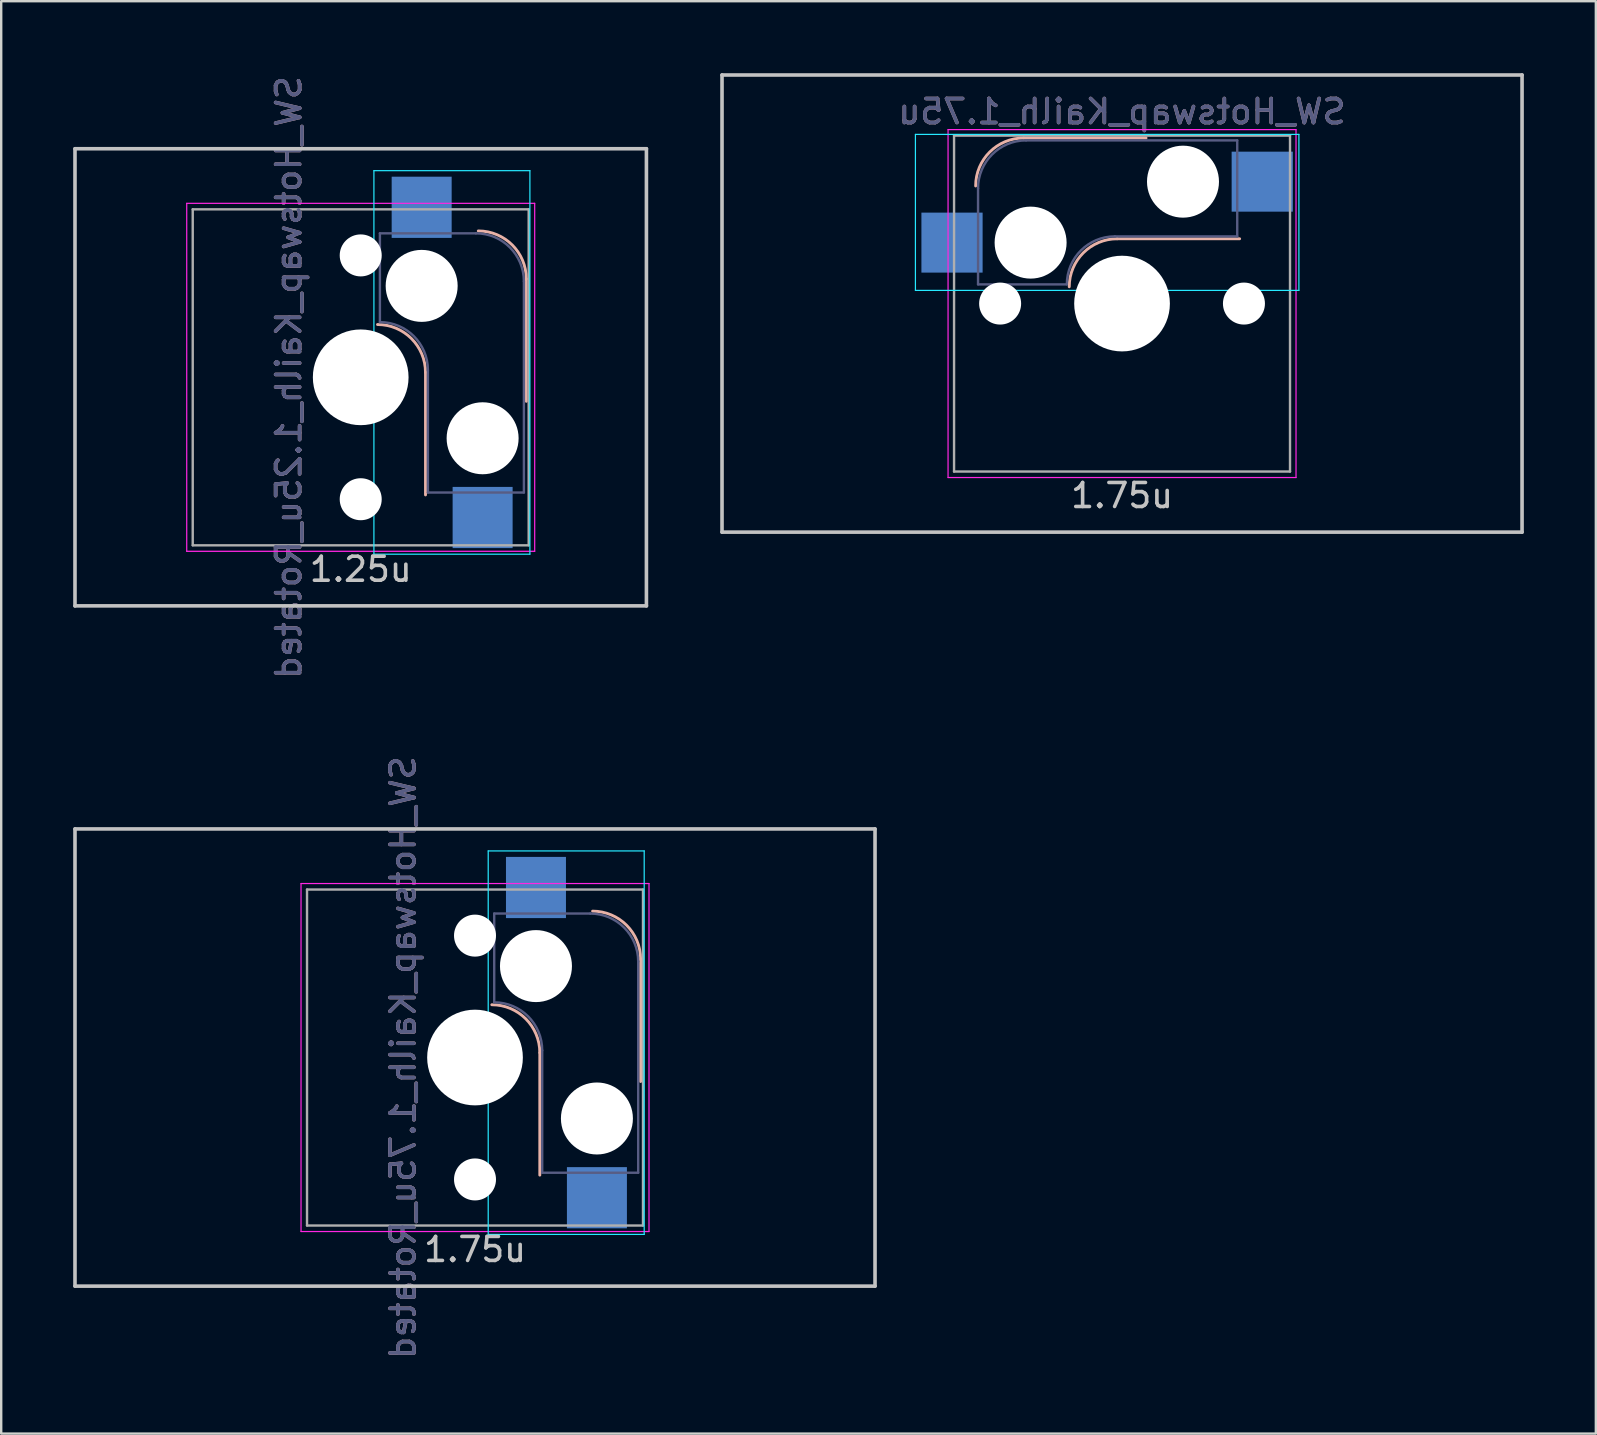
<source format=kicad_pcb>
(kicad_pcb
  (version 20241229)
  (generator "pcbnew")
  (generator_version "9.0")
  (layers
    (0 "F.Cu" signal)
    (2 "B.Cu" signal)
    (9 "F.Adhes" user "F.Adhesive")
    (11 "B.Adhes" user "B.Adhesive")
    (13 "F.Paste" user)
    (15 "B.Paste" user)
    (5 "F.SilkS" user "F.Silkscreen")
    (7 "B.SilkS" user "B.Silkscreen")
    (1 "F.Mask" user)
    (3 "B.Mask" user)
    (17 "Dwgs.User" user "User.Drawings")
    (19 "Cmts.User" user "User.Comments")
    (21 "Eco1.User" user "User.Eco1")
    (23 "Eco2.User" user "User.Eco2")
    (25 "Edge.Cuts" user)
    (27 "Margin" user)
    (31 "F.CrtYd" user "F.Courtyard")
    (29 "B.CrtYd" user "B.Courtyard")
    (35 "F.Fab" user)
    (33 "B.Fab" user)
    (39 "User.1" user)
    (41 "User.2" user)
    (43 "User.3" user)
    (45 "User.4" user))
  (footprint "SW_Hotswap_Kailh_1.75u"
    (layer "F.Cu")
    (at 43.706 9.6)
    (property "Reference" "SW_Hotswap_Kailh_1.75u" (at 0 -8 0) (layer "B.SilkS") (effects (font (size 1 1) (thickness 0.15)) (justify mirror)))
    (attr smd)
    (fp_line (start 1 -6.9) (end -4.1 -6.9) (stroke (width 0.12) (type solid)) (layer "B.SilkS"))
    (fp_line (start 4.9 -2.7) (end -0.2 -2.7) (stroke (width 0.12) (type solid)) (layer "B.SilkS"))
    (fp_arc (start -6.1 -4.9) (mid -5.514214 -6.314214) (end -4.1 -6.9) (stroke (width 0.12) (type solid)) (layer "B.SilkS"))
    (fp_arc (start -2.2 -0.7) (mid -1.614214 -2.114214) (end -0.2 -2.7) (stroke (width 0.12) (type solid)) (layer "B.SilkS"))
    (fp_line (start -16.669 -9.525) (end 16.669 -9.525) (stroke (width 0.15) (type solid)) (layer "Dwgs.User"))
    (fp_line (start -16.669 9.525) (end -16.669 -9.525) (stroke (width 0.15) (type solid)) (layer "Dwgs.User"))
    (fp_line (start 16.669 -9.525) (end 16.669 9.525) (stroke (width 0.15) (type solid)) (layer "Dwgs.User"))
    (fp_line (start 16.669 9.525) (end -16.669 9.525) (stroke (width 0.15) (type solid)) (layer "Dwgs.User"))
    (fp_line (start -8.61 -7.05) (end 7.37 -7.05) (stroke (width 0.05) (type solid)) (layer "B.CrtYd"))
    (fp_line (start -8.61 -0.55) (end -8.61 -7.05) (stroke (width 0.05) (type solid)) (layer "B.CrtYd"))
    (fp_line (start -8.61 -0.55) (end 7.37 -0.55) (stroke (width 0.05) (type solid)) (layer "B.CrtYd"))
    (fp_line (start 7.37 -7.05) (end 7.37 -0.55) (stroke (width 0.05) (type solid)) (layer "B.CrtYd"))
    (fp_line (start -7.25 -7.25) (end 7.25 -7.25) (stroke (width 0.05) (type solid)) (layer "F.CrtYd"))
    (fp_line (start -7.25 7.25) (end -7.25 -7.25) (stroke (width 0.05) (type solid)) (layer "F.CrtYd"))
    (fp_line (start 7.25 -7.25) (end 7.25 7.25) (stroke (width 0.05) (type solid)) (layer "F.CrtYd"))
    (fp_line (start 7.25 7.25) (end -7.25 7.25) (stroke (width 0.05) (type solid)) (layer "F.CrtYd"))
    (fp_line (start -6 -0.8) (end -6 -4.8) (stroke (width 0.1) (type solid)) (layer "B.Fab"))
    (fp_line (start -6 -0.8) (end -2.3 -0.8) (stroke (width 0.1) (type solid)) (layer "B.Fab"))
    (fp_line (start -4 -6.8) (end 4.8 -6.8) (stroke (width 0.1) (type solid)) (layer "B.Fab"))
    (fp_line (start -0.3 -2.8) (end 4.8 -2.8) (stroke (width 0.1) (type solid)) (layer "B.Fab"))
    (fp_line (start 4.8 -6.8) (end 4.8 -2.8) (stroke (width 0.1) (type solid)) (layer "B.Fab"))
    (fp_arc (start -6 -4.8) (mid -5.414214 -6.214214) (end -4 -6.8) (stroke (width 0.1) (type solid)) (layer "B.Fab"))
    (fp_arc (start -2.3 -0.8) (mid -1.714214 -2.214214) (end -0.3 -2.8) (stroke (width 0.1) (type solid)) (layer "B.Fab"))
    (fp_line (start -7 -7) (end 7 -7) (stroke (width 0.1) (type solid)) (layer "F.Fab"))
    (fp_line (start -7 7) (end -7 -7) (stroke (width 0.1) (type solid)) (layer "F.Fab"))
    (fp_line (start 7 -7) (end 7 7) (stroke (width 0.1) (type solid)) (layer "F.Fab"))
    (fp_line (start 7 7) (end -7 7) (stroke (width 0.1) (type solid)) (layer "F.Fab"))
    (fp_text user "1.75u" (at 0 8 0) (layer "Dwgs.User") (effects (font (size 1 1) (thickness 0.15))))
    (fp_text user "${REFERENCE}" (at 0 -8 0) (layer "B.Fab") (effects (font (size 1 1) (thickness 0.15)) (justify mirror)))
    (pad "" np_thru_hole circle (at -5.08 0 48.1) (size 1.75 1.75) (drill 1.75) (layers "*.Cu" "*.Mask"))
    (pad "" np_thru_hole circle (at -3.81 -2.54) (size 3 3) (drill 3) (layers "*.Cu" "*.Mask"))
    (pad "" np_thru_hole circle (at 0 0) (size 3.988 3.988) (drill 3.988) (layers "*.Cu" "*.Mask"))
    (pad "" np_thru_hole circle (at 2.54 -5.08) (size 3 3) (drill 3) (layers "*.Cu" "*.Mask"))
    (pad "" np_thru_hole circle (at 5.08 0 48.1) (size 1.75 1.75) (drill 1.75) (layers "*.Cu" "*.Mask"))
    (pad "1" smd rect (at -7.085 -2.54) (size 2.55 2.5) (layers "B.Cu" "B.Mask" "B.Paste"))
    (pad "2" smd rect (at 5.842 -5.08) (size 2.55 2.5) (layers "B.Cu" "B.Mask" "B.Paste")))
  (footprint "SW_Hotswap_Kailh_1.75u_Rotated"
    (layer "F.Cu")
    (at 16.744 41.018)
    (property "Reference" "SW_Hotswap_Kailh_1.75u_Rotated" (at -3 0 90) (layer "B.SilkS") (effects (font (size 1 1) (thickness 0.15)) (justify mirror)))
    (attr smd)
    (fp_line (start 2.7 4.9) (end 2.7 -0.2) (stroke (width 0.12) (type solid)) (layer "B.SilkS"))
    (fp_line (start 6.9 1) (end 6.9 -4.1) (stroke (width 0.12) (type solid)) (layer "B.SilkS"))
    (fp_arc (start 0.7 -2.2) (mid 2.114214 -1.614214) (end 2.7 -0.2) (stroke (width 0.12) (type solid)) (layer "B.SilkS"))
    (fp_arc (start 4.9 -6.1) (mid 6.314214 -5.514214) (end 6.9 -4.1) (stroke (width 0.12) (type solid)) (layer "B.SilkS"))
    (fp_line (start -16.669 -9.525) (end 16.669 -9.525) (stroke (width 0.15) (type solid)) (layer "Dwgs.User"))
    (fp_line (start -16.669 9.525) (end -16.669 -9.525) (stroke (width 0.15) (type solid)) (layer "Dwgs.User"))
    (fp_line (start 16.669 -9.525) (end 16.669 9.525) (stroke (width 0.15) (type solid)) (layer "Dwgs.User"))
    (fp_line (start 16.669 9.525) (end -16.669 9.525) (stroke (width 0.15) (type solid)) (layer "Dwgs.User"))
    (fp_line (start 0.55 -8.61) (end 0.55 7.37) (stroke (width 0.05) (type solid)) (layer "B.CrtYd"))
    (fp_line (start 0.55 -8.61) (end 7.05 -8.61) (stroke (width 0.05) (type solid)) (layer "B.CrtYd"))
    (fp_line (start 7.05 -8.61) (end 7.05 7.37) (stroke (width 0.05) (type solid)) (layer "B.CrtYd"))
    (fp_line (start 7.05 7.37) (end 0.55 7.37) (stroke (width 0.05) (type solid)) (layer "B.CrtYd"))
    (fp_line (start -7.25 -7.25) (end 7.25 -7.25) (stroke (width 0.05) (type solid)) (layer "F.CrtYd"))
    (fp_line (start -7.25 7.25) (end -7.25 -7.25) (stroke (width 0.05) (type solid)) (layer "F.CrtYd"))
    (fp_line (start 7.25 -7.25) (end 7.25 7.25) (stroke (width 0.05) (type solid)) (layer "F.CrtYd"))
    (fp_line (start 7.25 7.25) (end -7.25 7.25) (stroke (width 0.05) (type solid)) (layer "F.CrtYd"))
    (fp_line (start 0.8 -6) (end 0.8 -2.3) (stroke (width 0.1) (type solid)) (layer "B.Fab"))
    (fp_line (start 0.8 -6) (end 4.8 -6) (stroke (width 0.1) (type solid)) (layer "B.Fab"))
    (fp_line (start 2.8 -0.3) (end 2.8 4.8) (stroke (width 0.1) (type solid)) (layer "B.Fab"))
    (fp_line (start 6.8 -4) (end 6.8 4.8) (stroke (width 0.1) (type solid)) (layer "B.Fab"))
    (fp_line (start 6.8 4.8) (end 2.8 4.8) (stroke (width 0.1) (type solid)) (layer "B.Fab"))
    (fp_arc (start 0.8 -2.3) (mid 2.214214 -1.714214) (end 2.8 -0.3) (stroke (width 0.1) (type solid)) (layer "B.Fab"))
    (fp_arc (start 4.8 -6) (mid 6.214214 -5.414214) (end 6.8 -4) (stroke (width 0.1) (type solid)) (layer "B.Fab"))
    (fp_line (start -7 -7) (end 7 -7) (stroke (width 0.1) (type solid)) (layer "F.Fab"))
    (fp_line (start -7 7) (end -7 -7) (stroke (width 0.1) (type solid)) (layer "F.Fab"))
    (fp_line (start 7 -7) (end 7 7) (stroke (width 0.1) (type solid)) (layer "F.Fab"))
    (fp_line (start 7 7) (end -7 7) (stroke (width 0.1) (type solid)) (layer "F.Fab"))
    (fp_text user "1.75u" (at 0 8 0) (layer "Dwgs.User") (effects (font (size 1 1) (thickness 0.15))))
    (fp_text user "${REFERENCE}" (at -3 0 90) (layer "B.Fab") (effects (font (size 1 1) (thickness 0.15)) (justify mirror)))
    (pad "" np_thru_hole circle (at 0 -5.08 318.1) (size 1.75 1.75) (drill 1.75) (layers "*.Cu" "*.Mask"))
    (pad "" np_thru_hole circle (at 0 0 270) (size 3.988 3.988) (drill 3.988) (layers "*.Cu" "*.Mask"))
    (pad "" np_thru_hole circle (at 0 5.08 318.1) (size 1.75 1.75) (drill 1.75) (layers "*.Cu" "*.Mask"))
    (pad "" np_thru_hole circle (at 2.54 -3.81 270) (size 3 3) (drill 3) (layers "*.Cu" "*.Mask"))
    (pad "" np_thru_hole circle (at 5.08 2.54 270) (size 3 3) (drill 3) (layers "*.Cu" "*.Mask"))
    (pad "1" smd rect (at 2.54 -7.085 270) (size 2.55 2.5) (layers "B.Cu" "B.Mask" "B.Paste"))
    (pad "2" smd rect (at 5.08 5.842 270) (size 2.55 2.5) (layers "B.Cu" "B.Mask" "B.Paste")))
  (footprint "SW_Hotswap_Kailh_1.25u_Rotated"
    (layer "F.Cu")
    (at 11.981 12.673)
    (property "Reference" "SW_Hotswap_Kailh_1.25u_Rotated" (at -3 0 90) (layer "B.SilkS") (effects (font (size 1 1) (thickness 0.15)) (justify mirror)))
    (attr smd)
    (fp_line (start 2.7 4.9) (end 2.7 -0.2) (stroke (width 0.12) (type solid)) (layer "B.SilkS"))
    (fp_line (start 6.9 1) (end 6.9 -4.1) (stroke (width 0.12) (type solid)) (layer "B.SilkS"))
    (fp_arc (start 0.7 -2.2) (mid 2.114214 -1.614214) (end 2.7 -0.2) (stroke (width 0.12) (type solid)) (layer "B.SilkS"))
    (fp_arc (start 4.9 -6.1) (mid 6.314214 -5.514214) (end 6.9 -4.1) (stroke (width 0.12) (type solid)) (layer "B.SilkS"))
    (fp_line (start -11.906 -9.525) (end 11.906 -9.525) (stroke (width 0.15) (type solid)) (layer "Dwgs.User"))
    (fp_line (start -11.906 9.525) (end -11.906 -9.525) (stroke (width 0.15) (type solid)) (layer "Dwgs.User"))
    (fp_line (start 11.906 -9.525) (end 11.906 9.525) (stroke (width 0.15) (type solid)) (layer "Dwgs.User"))
    (fp_line (start 11.906 9.525) (end -11.906 9.525) (stroke (width 0.15) (type solid)) (layer "Dwgs.User"))
    (fp_line (start 0.55 -8.61) (end 0.55 7.37) (stroke (width 0.05) (type solid)) (layer "B.CrtYd"))
    (fp_line (start 0.55 -8.61) (end 7.05 -8.61) (stroke (width 0.05) (type solid)) (layer "B.CrtYd"))
    (fp_line (start 7.05 -8.61) (end 7.05 7.37) (stroke (width 0.05) (type solid)) (layer "B.CrtYd"))
    (fp_line (start 7.05 7.37) (end 0.55 7.37) (stroke (width 0.05) (type solid)) (layer "B.CrtYd"))
    (fp_line (start -7.25 -7.25) (end 7.25 -7.25) (stroke (width 0.05) (type solid)) (layer "F.CrtYd"))
    (fp_line (start -7.25 7.25) (end -7.25 -7.25) (stroke (width 0.05) (type solid)) (layer "F.CrtYd"))
    (fp_line (start 7.25 -7.25) (end 7.25 7.25) (stroke (width 0.05) (type solid)) (layer "F.CrtYd"))
    (fp_line (start 7.25 7.25) (end -7.25 7.25) (stroke (width 0.05) (type solid)) (layer "F.CrtYd"))
    (fp_line (start 0.8 -6) (end 0.8 -2.3) (stroke (width 0.1) (type solid)) (layer "B.Fab"))
    (fp_line (start 0.8 -6) (end 4.8 -6) (stroke (width 0.1) (type solid)) (layer "B.Fab"))
    (fp_line (start 2.8 -0.3) (end 2.8 4.8) (stroke (width 0.1) (type solid)) (layer "B.Fab"))
    (fp_line (start 6.8 -4) (end 6.8 4.8) (stroke (width 0.1) (type solid)) (layer "B.Fab"))
    (fp_line (start 6.8 4.8) (end 2.8 4.8) (stroke (width 0.1) (type solid)) (layer "B.Fab"))
    (fp_arc (start 0.8 -2.3) (mid 2.214214 -1.714214) (end 2.8 -0.3) (stroke (width 0.1) (type solid)) (layer "B.Fab"))
    (fp_arc (start 4.8 -6) (mid 6.214214 -5.414214) (end 6.8 -4) (stroke (width 0.1) (type solid)) (layer "B.Fab"))
    (fp_line (start -7 -7) (end 7 -7) (stroke (width 0.1) (type solid)) (layer "F.Fab"))
    (fp_line (start -7 7) (end -7 -7) (stroke (width 0.1) (type solid)) (layer "F.Fab"))
    (fp_line (start 7 -7) (end 7 7) (stroke (width 0.1) (type solid)) (layer "F.Fab"))
    (fp_line (start 7 7) (end -7 7) (stroke (width 0.1) (type solid)) (layer "F.Fab"))
    (fp_text user "1.25u" (at 0 8 0) (layer "Dwgs.User") (effects (font (size 1 1) (thickness 0.15))))
    (fp_text user "${REFERENCE}" (at -3 0 90) (layer "B.Fab") (effects (font (size 1 1) (thickness 0.15)) (justify mirror)))
    (pad "" np_thru_hole circle (at 0 -5.08 318.1) (size 1.75 1.75) (drill 1.75) (layers "*.Cu" "*.Mask"))
    (pad "" np_thru_hole circle (at 0 0 270) (size 3.988 3.988) (drill 3.988) (layers "*.Cu" "*.Mask"))
    (pad "" np_thru_hole circle (at 0 5.08 318.1) (size 1.75 1.75) (drill 1.75) (layers "*.Cu" "*.Mask"))
    (pad "" np_thru_hole circle (at 2.54 -3.81 270) (size 3 3) (drill 3) (layers "*.Cu" "*.Mask"))
    (pad "" np_thru_hole circle (at 5.08 2.54 270) (size 3 3) (drill 3) (layers "*.Cu" "*.Mask"))
    (pad "1" smd rect (at 2.54 -7.085 270) (size 2.55 2.5) (layers "B.Cu" "B.Mask" "B.Paste"))
    (pad "2" smd rect (at 5.08 5.842 270) (size 2.55 2.5) (layers "B.Cu" "B.Mask" "B.Paste")))
  (gr_rect
    (start -3 -3)
    (end 63.45 56.69)
    (stroke (width 0.1) (type default))
    (fill no)
    (layer "Edge.Cuts")))
</source>
